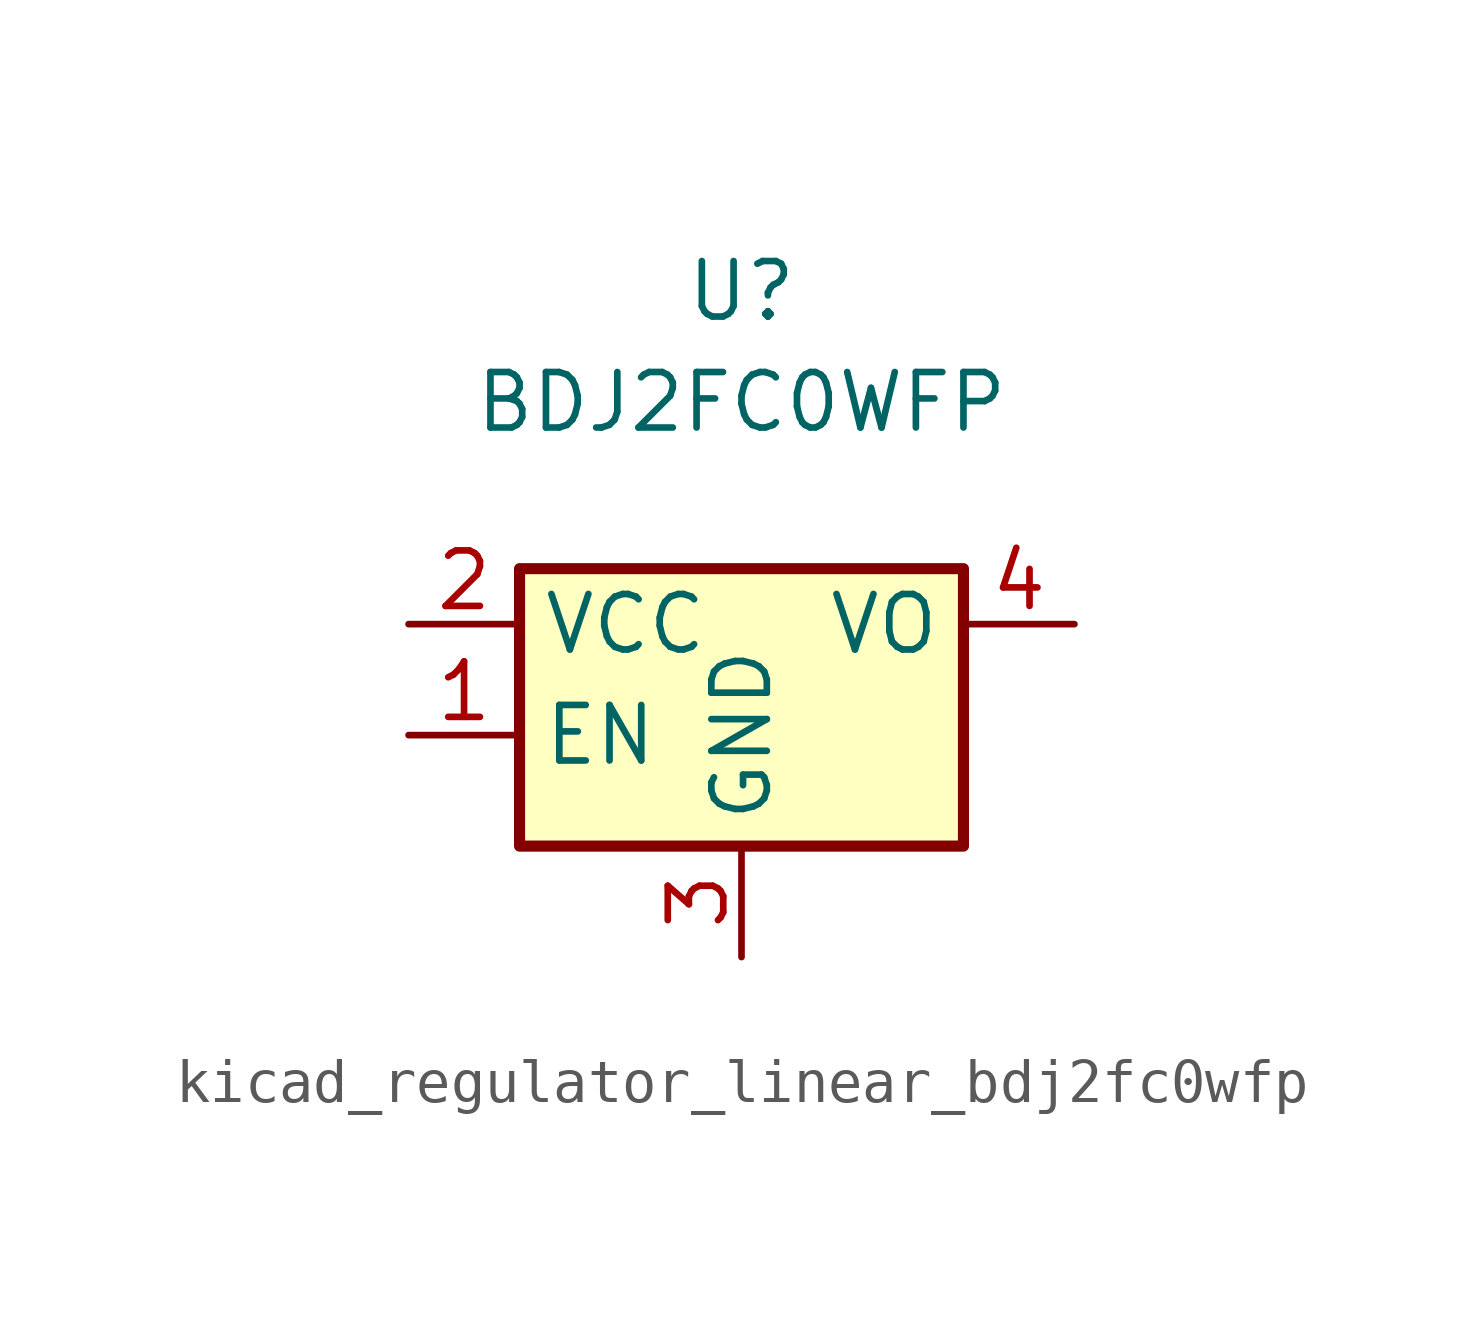
<source format=kicad_sym>
(kicad_symbol_lib
  (version 20220914)
  (generator kicad_symbol_editor)
  (symbol "kicad_regulator_linear_bdj2fc0wfp"
    (property "Reference" "U"
      (at 0 7.62 0)
      (effects (font (size 1.27 1.27))))
    (property "Value" "BDJ2FC0WFP"
      (at 0 5.08 0)
      (effects (font (size 1.27 1.27))))
    (symbol "kicad_regulator_linear_bdj2fc0wfp_1_1"
      (rectangle (start -5.08 -5.08) (end 5.08 1.27) (stroke (width 0.254) (type default)) (fill (type background)))
      (pin input line (at -7.62 -2.54 0) (length 2.54) (name "EN" (effects (font (size 1.27 1.27)))) (number "1" (effects (font (size 1.27 1.27)))))
      (pin power_in line (at -7.62 0 0) (length 2.54) (name "VCC" (effects (font (size 1.27 1.27)))) (number "2" (effects (font (size 1.27 1.27)))))
      (pin power_in line (at 0 -7.62 90) (length 2.54) (name "GND" (effects (font (size 1.27 1.27)))) (number "3" (effects (font (size 1.27 1.27)))))
      (pin power_out line (at 7.62 0 180) (length 2.54) (name "VO" (effects (font (size 1.27 1.27)))) (number "4" (effects (font (size 1.27 1.27)))))
      (pin no_connect line (at 5.08 -2.54 180) (length 2.54) hide (name "NC" (effects (font (size 1.27 1.27)))) (number "5" (effects (font (size 1.27 1.27))))))))
</source>
